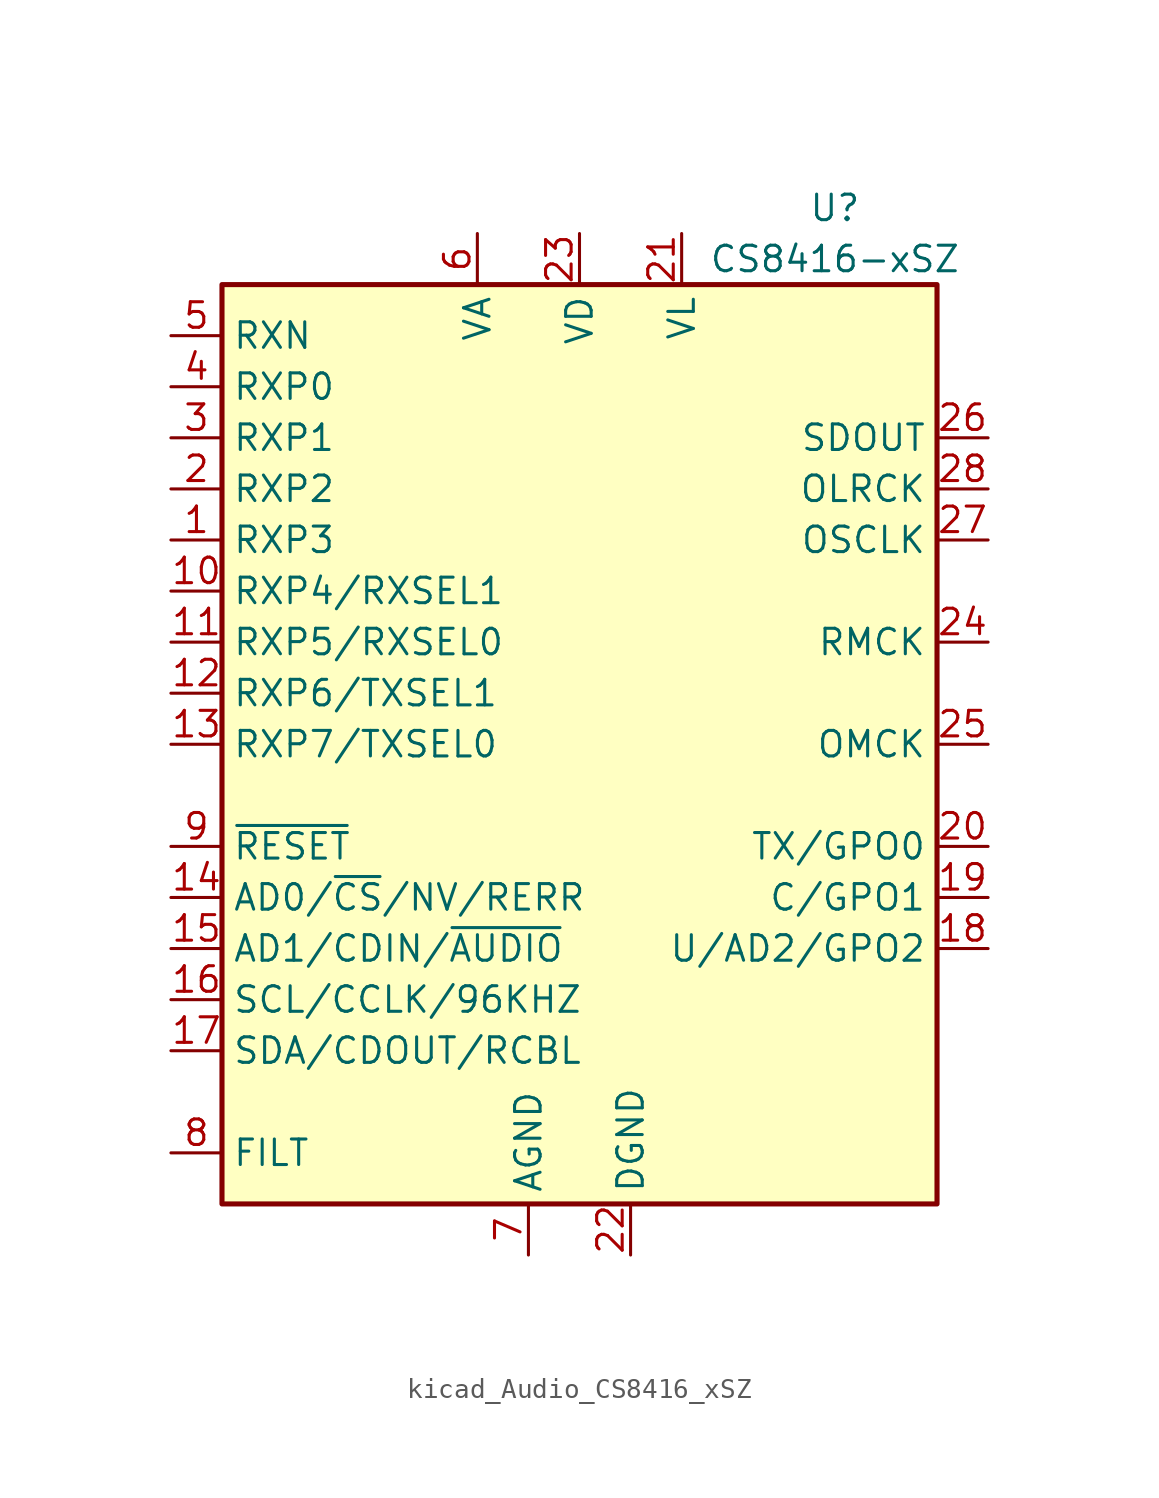
<source format=kicad_sym>
(kicad_symbol_lib
  (version 20220914)
  (generator kicad_symbol_editor)
  (symbol "kicad_Audio_CS8416_xSZ"
    (property "Reference" "U"
      (at 12.7 26.67 0)
      (effects (font (size 1.27 1.27))))
    (property "Value" "CS8416-xSZ"
      (at 12.7 24.13 0)
      (effects (font (size 1.27 1.27))))
    (symbol "kicad_Audio_CS8416_xSZ_0_1"
      (rectangle (start -17.78 22.86) (end 17.78 -22.86) (stroke (width 0.254) (type default)) (fill (type background))))
    (symbol "kicad_Audio_CS8416_xSZ_1_1"
      (pin input line (at -20.32 10.16 0) (length 2.54) (name "RXP3" (effects (font (size 1.27 1.27)))) (number "1" (effects (font (size 1.27 1.27)))))
      (pin input line (at -20.32 7.62 0) (length 2.54) (name "RXP4/RXSEL1" (effects (font (size 1.27 1.27)))) (number "10" (effects (font (size 1.27 1.27)))))
      (pin input line (at -20.32 5.08 0) (length 2.54) (name "RXP5/RXSEL0" (effects (font (size 1.27 1.27)))) (number "11" (effects (font (size 1.27 1.27)))))
      (pin input line (at -20.32 2.54 0) (length 2.54) (name "RXP6/TXSEL1" (effects (font (size 1.27 1.27)))) (number "12" (effects (font (size 1.27 1.27)))))
      (pin input line (at -20.32 0 0) (length 2.54) (name "RXP7/TXSEL0" (effects (font (size 1.27 1.27)))) (number "13" (effects (font (size 1.27 1.27)))))
      (pin input line (at -20.32 -7.62 0) (length 2.54) (name "AD0/~{CS}/NV/RERR" (effects (font (size 1.27 1.27)))) (number "14" (effects (font (size 1.27 1.27)))))
      (pin input line (at -20.32 -10.16 0) (length 2.54) (name "AD1/CDIN/~{AUDIO}" (effects (font (size 1.27 1.27)))) (number "15" (effects (font (size 1.27 1.27)))))
      (pin input line (at -20.32 -12.7 0) (length 2.54) (name "SCL/CCLK/96KHZ" (effects (font (size 1.27 1.27)))) (number "16" (effects (font (size 1.27 1.27)))))
      (pin bidirectional line (at -20.32 -15.24 0) (length 2.54) (name "SDA/CDOUT/RCBL" (effects (font (size 1.27 1.27)))) (number "17" (effects (font (size 1.27 1.27)))))
      (pin output line (at 20.32 -10.16 180) (length 2.54) (name "U/AD2/GPO2" (effects (font (size 1.27 1.27)))) (number "18" (effects (font (size 1.27 1.27)))))
      (pin output line (at 20.32 -7.62 180) (length 2.54) (name "C/GPO1" (effects (font (size 1.27 1.27)))) (number "19" (effects (font (size 1.27 1.27)))))
      (pin input line (at -20.32 12.7 0) (length 2.54) (name "RXP2" (effects (font (size 1.27 1.27)))) (number "2" (effects (font (size 1.27 1.27)))))
      (pin output line (at 20.32 -5.08 180) (length 2.54) (name "TX/GPO0" (effects (font (size 1.27 1.27)))) (number "20" (effects (font (size 1.27 1.27)))))
      (pin power_in line (at 5.08 25.4 270) (length 2.54) (name "VL" (effects (font (size 1.27 1.27)))) (number "21" (effects (font (size 1.27 1.27)))))
      (pin power_in line (at 2.54 -25.4 90) (length 2.54) (name "DGND" (effects (font (size 1.27 1.27)))) (number "22" (effects (font (size 1.27 1.27)))))
      (pin power_in line (at 0 25.4 270) (length 2.54) (name "VD" (effects (font (size 1.27 1.27)))) (number "23" (effects (font (size 1.27 1.27)))))
      (pin output line (at 20.32 5.08 180) (length 2.54) (name "RMCK" (effects (font (size 1.27 1.27)))) (number "24" (effects (font (size 1.27 1.27)))))
      (pin input line (at 20.32 0 180) (length 2.54) (name "OMCK" (effects (font (size 1.27 1.27)))) (number "25" (effects (font (size 1.27 1.27)))))
      (pin output line (at 20.32 15.24 180) (length 2.54) (name "SDOUT" (effects (font (size 1.27 1.27)))) (number "26" (effects (font (size 1.27 1.27)))))
      (pin bidirectional line (at 20.32 10.16 180) (length 2.54) (name "OSCLK" (effects (font (size 1.27 1.27)))) (number "27" (effects (font (size 1.27 1.27)))))
      (pin bidirectional line (at 20.32 12.7 180) (length 2.54) (name "OLRCK" (effects (font (size 1.27 1.27)))) (number "28" (effects (font (size 1.27 1.27)))))
      (pin input line (at -20.32 15.24 0) (length 2.54) (name "RXP1" (effects (font (size 1.27 1.27)))) (number "3" (effects (font (size 1.27 1.27)))))
      (pin input line (at -20.32 17.78 0) (length 2.54) (name "RXP0" (effects (font (size 1.27 1.27)))) (number "4" (effects (font (size 1.27 1.27)))))
      (pin input line (at -20.32 20.32 0) (length 2.54) (name "RXN" (effects (font (size 1.27 1.27)))) (number "5" (effects (font (size 1.27 1.27)))))
      (pin power_in line (at -5.08 25.4 270) (length 2.54) (name "VA" (effects (font (size 1.27 1.27)))) (number "6" (effects (font (size 1.27 1.27)))))
      (pin power_in line (at -2.54 -25.4 90) (length 2.54) (name "AGND" (effects (font (size 1.27 1.27)))) (number "7" (effects (font (size 1.27 1.27)))))
      (pin passive line (at -20.32 -20.32 0) (length 2.54) (name "FILT" (effects (font (size 1.27 1.27)))) (number "8" (effects (font (size 1.27 1.27)))))
      (pin input line (at -20.32 -5.08 0) (length 2.54) (name "~{RESET}" (effects (font (size 1.27 1.27)))) (number "9" (effects (font (size 1.27 1.27))))))))
</source>
